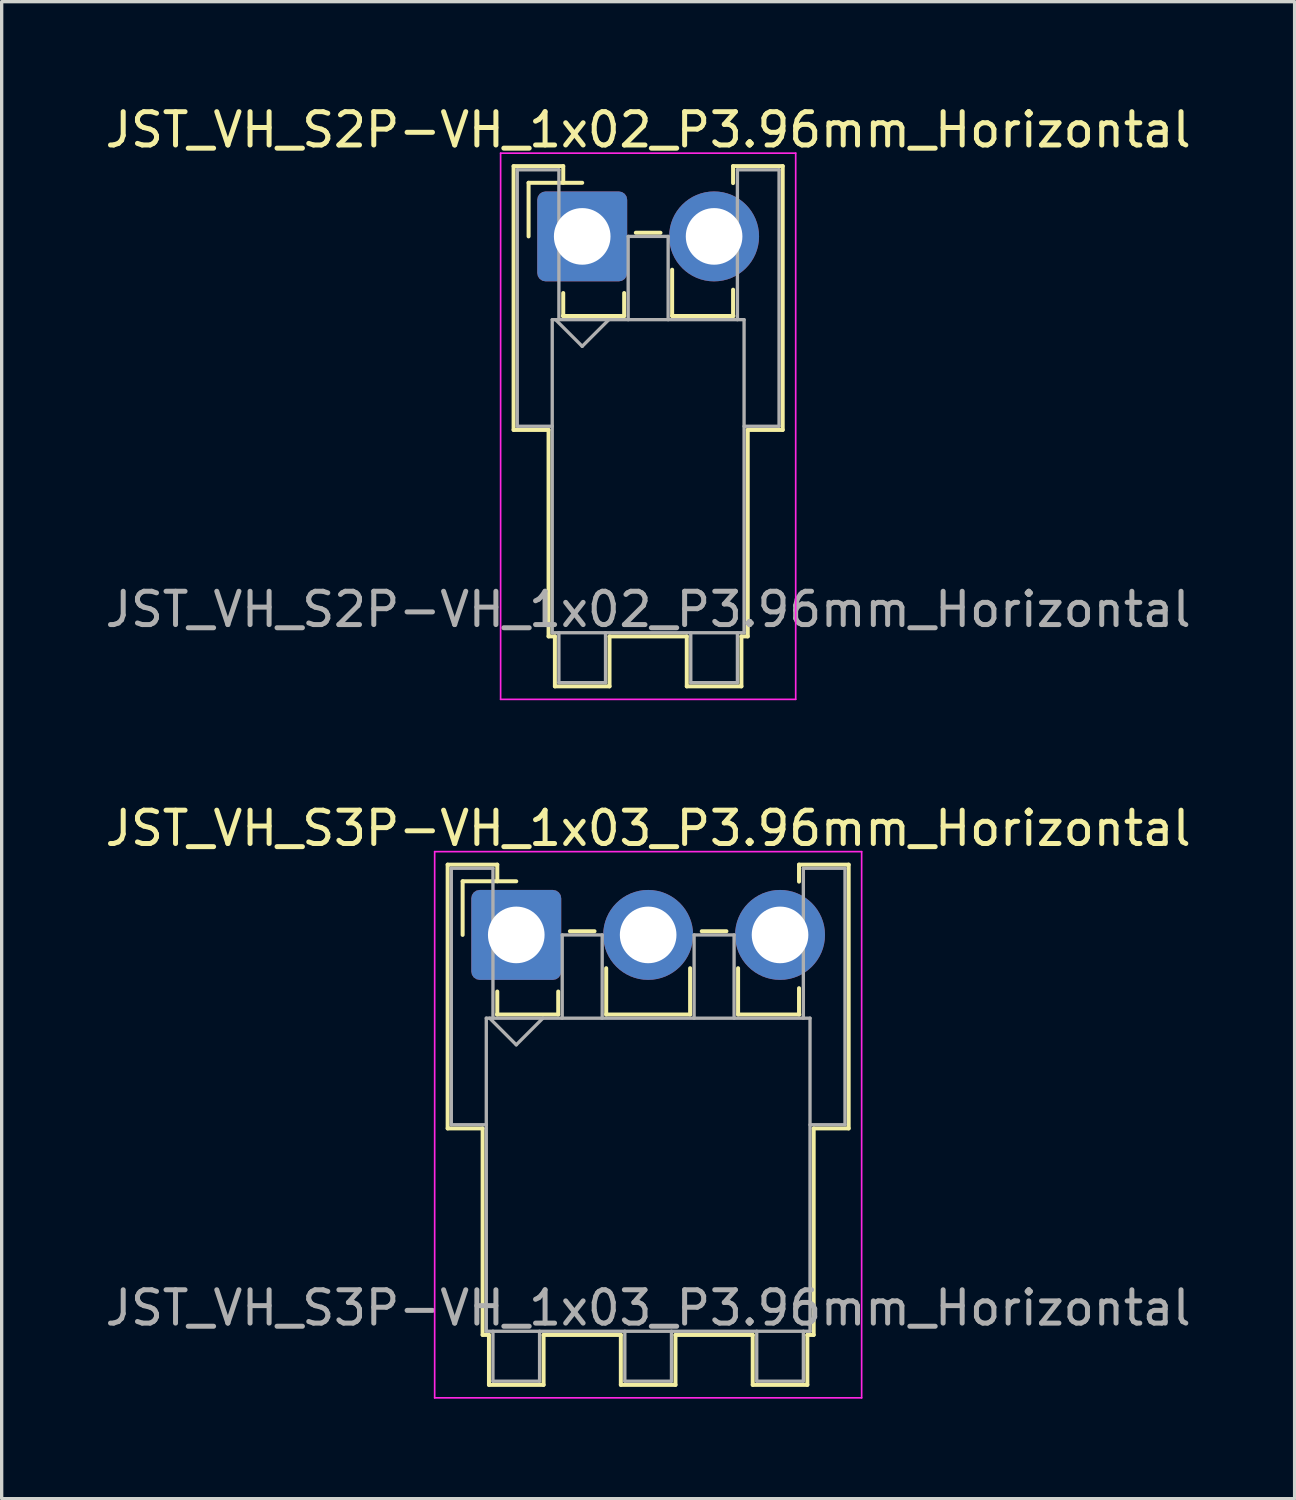
<source format=kicad_pcb>
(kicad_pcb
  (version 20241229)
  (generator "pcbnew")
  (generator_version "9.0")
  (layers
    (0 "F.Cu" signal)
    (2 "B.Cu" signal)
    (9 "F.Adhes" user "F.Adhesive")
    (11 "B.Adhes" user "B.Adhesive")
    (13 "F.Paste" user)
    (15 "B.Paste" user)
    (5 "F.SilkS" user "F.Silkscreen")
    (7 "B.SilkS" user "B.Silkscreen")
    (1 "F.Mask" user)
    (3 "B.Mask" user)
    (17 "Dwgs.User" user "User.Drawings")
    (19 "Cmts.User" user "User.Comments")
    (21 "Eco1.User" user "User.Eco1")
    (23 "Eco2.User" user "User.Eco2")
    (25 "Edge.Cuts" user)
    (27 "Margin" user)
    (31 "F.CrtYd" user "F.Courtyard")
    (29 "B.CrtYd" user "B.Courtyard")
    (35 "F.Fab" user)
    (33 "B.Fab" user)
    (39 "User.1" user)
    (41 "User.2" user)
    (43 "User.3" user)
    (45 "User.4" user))
  (footprint "JST_VH_S3P-VH_1x03_P3.96mm_Horizontal"
    (layer "F.Cu")
    (at 12.451 25.021)
    (property "Reference" "JST_VH_S3P-VH_1x03_P3.96mm_Horizontal" (at 3.96 -3.2 0) (layer "F.SilkS") (effects (font (size 1 1) (thickness 0.15))))
    (attr through_hole)
    (fp_line (start -2.06 -2.11) (end -0.57 -2.11) (stroke (width 0.12) (type solid)) (layer "F.SilkS"))
    (fp_line (start -2.06 5.81) (end -2.06 -2.11) (stroke (width 0.12) (type solid)) (layer "F.SilkS"))
    (fp_line (start -1.61 -1.61) (end -1.61 0) (stroke (width 0.12) (type solid)) (layer "F.SilkS"))
    (fp_line (start -1.01 5.81) (end -2.06 5.81) (stroke (width 0.12) (type solid)) (layer "F.SilkS"))
    (fp_line (start -1.01 5.81) (end -1.01 12.01) (stroke (width 0.12) (type solid)) (layer "F.SilkS"))
    (fp_line (start -1.01 12.01) (end -0.82 12.01) (stroke (width 0.12) (type solid)) (layer "F.SilkS"))
    (fp_line (start -0.82 12.01) (end -0.82 13.51) (stroke (width 0.12) (type solid)) (layer "F.SilkS"))
    (fp_line (start -0.82 13.51) (end 0.82 13.51) (stroke (width 0.12) (type solid)) (layer "F.SilkS"))
    (fp_line (start -0.58 2.39) (end 1.26 2.39) (stroke (width 0.12) (type solid)) (layer "F.SilkS"))
    (fp_line (start -0.57 -2.11) (end -0.57 -1.61) (stroke (width 0.12) (type solid)) (layer "F.SilkS"))
    (fp_line (start -0.57 1.7) (end -0.57 2.39) (stroke (width 0.12) (type solid)) (layer "F.SilkS"))
    (fp_line (start 0 -1.61) (end -1.61 -1.61) (stroke (width 0.12) (type solid)) (layer "F.SilkS"))
    (fp_line (start 0.82 12.01) (end 3.14 12.01) (stroke (width 0.12) (type solid)) (layer "F.SilkS"))
    (fp_line (start 0.82 13.51) (end 0.82 12.01) (stroke (width 0.12) (type solid)) (layer "F.SilkS"))
    (fp_line (start 1.26 2.39) (end 1.26 1.7) (stroke (width 0.12) (type solid)) (layer "F.SilkS"))
    (fp_line (start 1.61 -0.11) (end 2.35 -0.11) (stroke (width 0.12) (type solid)) (layer "F.SilkS"))
    (fp_line (start 2.7 1) (end 2.7 2.39) (stroke (width 0.12) (type solid)) (layer "F.SilkS"))
    (fp_line (start 2.7 2.39) (end 5.22 2.39) (stroke (width 0.12) (type solid)) (layer "F.SilkS"))
    (fp_line (start 3.14 12.01) (end 3.14 13.51) (stroke (width 0.12) (type solid)) (layer "F.SilkS"))
    (fp_line (start 3.14 13.51) (end 4.78 13.51) (stroke (width 0.12) (type solid)) (layer "F.SilkS"))
    (fp_line (start 4.78 12.01) (end 7.1 12.01) (stroke (width 0.12) (type solid)) (layer "F.SilkS"))
    (fp_line (start 4.78 13.51) (end 4.78 12.01) (stroke (width 0.12) (type solid)) (layer "F.SilkS"))
    (fp_line (start 5.22 2.39) (end 5.22 1) (stroke (width 0.12) (type solid)) (layer "F.SilkS"))
    (fp_line (start 5.57 -0.11) (end 6.31 -0.11) (stroke (width 0.12) (type solid)) (layer "F.SilkS"))
    (fp_line (start 6.66 1) (end 6.66 2.39) (stroke (width 0.12) (type solid)) (layer "F.SilkS"))
    (fp_line (start 6.66 2.39) (end 8.5 2.39) (stroke (width 0.12) (type solid)) (layer "F.SilkS"))
    (fp_line (start 7.1 12.01) (end 7.1 13.51) (stroke (width 0.12) (type solid)) (layer "F.SilkS"))
    (fp_line (start 7.1 13.51) (end 8.74 13.51) (stroke (width 0.12) (type solid)) (layer "F.SilkS"))
    (fp_line (start 8.49 -2.11) (end 9.98 -2.11) (stroke (width 0.12) (type solid)) (layer "F.SilkS"))
    (fp_line (start 8.49 -1.6) (end 8.49 -2.11) (stroke (width 0.12) (type solid)) (layer "F.SilkS"))
    (fp_line (start 8.49 2.39) (end 8.49 1.6) (stroke (width 0.12) (type solid)) (layer "F.SilkS"))
    (fp_line (start 8.74 12.01) (end 8.93 12.01) (stroke (width 0.12) (type solid)) (layer "F.SilkS"))
    (fp_line (start 8.74 13.51) (end 8.74 12.01) (stroke (width 0.12) (type solid)) (layer "F.SilkS"))
    (fp_line (start 8.93 12.01) (end 8.93 5.81) (stroke (width 0.12) (type solid)) (layer "F.SilkS"))
    (fp_line (start 9.98 -2.11) (end 9.98 5.81) (stroke (width 0.12) (type solid)) (layer "F.SilkS"))
    (fp_line (start 9.98 5.81) (end 8.93 5.81) (stroke (width 0.12) (type solid)) (layer "F.SilkS"))
    (fp_line (start -2.45 -2.5) (end -2.45 13.9) (stroke (width 0.05) (type solid)) (layer "F.CrtYd"))
    (fp_line (start -2.45 13.9) (end 10.37 13.9) (stroke (width 0.05) (type solid)) (layer "F.CrtYd"))
    (fp_line (start 10.37 -2.5) (end -2.45 -2.5) (stroke (width 0.05) (type solid)) (layer "F.CrtYd"))
    (fp_line (start 10.37 13.9) (end 10.37 -2.5) (stroke (width 0.05) (type solid)) (layer "F.CrtYd"))
    (fp_line (start -1.95 -2) (end -0.7 -2) (stroke (width 0.1) (type solid)) (layer "F.Fab"))
    (fp_line (start -1.95 5.7) (end -1.95 -2) (stroke (width 0.1) (type solid)) (layer "F.Fab"))
    (fp_line (start -0.9 2.5) (end -0.9 11.9) (stroke (width 0.1) (type solid)) (layer "F.Fab"))
    (fp_line (start -0.9 5.7) (end -1.95 5.7) (stroke (width 0.1) (type solid)) (layer "F.Fab"))
    (fp_line (start -0.9 11.9) (end 8.82 11.9) (stroke (width 0.1) (type solid)) (layer "F.Fab"))
    (fp_line (start -0.8 2.5) (end 0 3.3) (stroke (width 0.1) (type solid)) (layer "F.Fab"))
    (fp_line (start -0.7 -2) (end -0.7 2.5) (stroke (width 0.1) (type solid)) (layer "F.Fab"))
    (fp_line (start -0.7 11.9) (end -0.7 13.4) (stroke (width 0.1) (type solid)) (layer "F.Fab"))
    (fp_line (start -0.7 13.4) (end 0.7 13.4) (stroke (width 0.1) (type solid)) (layer "F.Fab"))
    (fp_line (start 0 3.3) (end 0.8 2.5) (stroke (width 0.1) (type solid)) (layer "F.Fab"))
    (fp_line (start 0.7 13.4) (end 0.7 11.9) (stroke (width 0.1) (type solid)) (layer "F.Fab"))
    (fp_line (start 1.38 0) (end 2.58 0) (stroke (width 0.1) (type solid)) (layer "F.Fab"))
    (fp_line (start 1.38 2.5) (end 1.38 0) (stroke (width 0.1) (type solid)) (layer "F.Fab"))
    (fp_line (start 2.58 0) (end 2.58 2.5) (stroke (width 0.1) (type solid)) (layer "F.Fab"))
    (fp_line (start 3.26 11.9) (end 3.26 13.4) (stroke (width 0.1) (type solid)) (layer "F.Fab"))
    (fp_line (start 3.26 13.4) (end 4.66 13.4) (stroke (width 0.1) (type solid)) (layer "F.Fab"))
    (fp_line (start 4.66 13.4) (end 4.66 11.9) (stroke (width 0.1) (type solid)) (layer "F.Fab"))
    (fp_line (start 5.34 0) (end 6.54 0) (stroke (width 0.1) (type solid)) (layer "F.Fab"))
    (fp_line (start 5.34 2.5) (end 5.34 0) (stroke (width 0.1) (type solid)) (layer "F.Fab"))
    (fp_line (start 6.54 0) (end 6.54 2.5) (stroke (width 0.1) (type solid)) (layer "F.Fab"))
    (fp_line (start 7.22 11.9) (end 7.22 13.4) (stroke (width 0.1) (type solid)) (layer "F.Fab"))
    (fp_line (start 7.22 13.4) (end 8.62 13.4) (stroke (width 0.1) (type solid)) (layer "F.Fab"))
    (fp_line (start 8.62 -2) (end 9.87 -2) (stroke (width 0.1) (type solid)) (layer "F.Fab"))
    (fp_line (start 8.62 2.5) (end 8.62 -2) (stroke (width 0.1) (type solid)) (layer "F.Fab"))
    (fp_line (start 8.62 13.4) (end 8.62 11.9) (stroke (width 0.1) (type solid)) (layer "F.Fab"))
    (fp_line (start 8.82 2.5) (end -0.9 2.5) (stroke (width 0.1) (type solid)) (layer "F.Fab"))
    (fp_line (start 8.82 11.9) (end 8.82 2.5) (stroke (width 0.1) (type solid)) (layer "F.Fab"))
    (fp_line (start 9.87 -2) (end 9.87 5.7) (stroke (width 0.1) (type solid)) (layer "F.Fab"))
    (fp_line (start 9.87 5.7) (end 8.82 5.7) (stroke (width 0.1) (type solid)) (layer "F.Fab"))
    (fp_text user "${REFERENCE}" (at 3.96 11.2 0) (layer "F.Fab") (effects (font (size 1 1) (thickness 0.15))))
    (pad "1" thru_hole roundrect (at 0 0) (size 2.7 2.7) (drill 1.7) (layers "*.Cu" "*.Mask") (roundrect_rratio 0.093))
    (pad "2" thru_hole circle (at 3.96 0) (size 2.7 2.7) (drill 1.7) (layers "*.Cu" "*.Mask"))
    (pad "3" thru_hole circle (at 7.92 0) (size 2.7 2.7) (drill 1.7) (layers "*.Cu" "*.Mask")))
  (footprint "JST_VH_S2P-VH_1x02_P3.96mm_Horizontal"
    (layer "F.Cu")
    (at 14.431 4.048)
    (property "Reference" "JST_VH_S2P-VH_1x02_P3.96mm_Horizontal" (at 1.98 -3.2 0) (layer "F.SilkS") (effects (font (size 1 1) (thickness 0.15))))
    (attr through_hole)
    (fp_line (start -2.06 -2.11) (end -0.57 -2.11) (stroke (width 0.12) (type solid)) (layer "F.SilkS"))
    (fp_line (start -2.06 5.81) (end -2.06 -2.11) (stroke (width 0.12) (type solid)) (layer "F.SilkS"))
    (fp_line (start -1.61 -1.61) (end -1.61 0) (stroke (width 0.12) (type solid)) (layer "F.SilkS"))
    (fp_line (start -1.01 5.81) (end -2.06 5.81) (stroke (width 0.12) (type solid)) (layer "F.SilkS"))
    (fp_line (start -1.01 5.81) (end -1.01 12.01) (stroke (width 0.12) (type solid)) (layer "F.SilkS"))
    (fp_line (start -1.01 12.01) (end -0.82 12.01) (stroke (width 0.12) (type solid)) (layer "F.SilkS"))
    (fp_line (start -0.82 12.01) (end -0.82 13.51) (stroke (width 0.12) (type solid)) (layer "F.SilkS"))
    (fp_line (start -0.82 13.51) (end 0.82 13.51) (stroke (width 0.12) (type solid)) (layer "F.SilkS"))
    (fp_line (start -0.58 2.39) (end 1.26 2.39) (stroke (width 0.12) (type solid)) (layer "F.SilkS"))
    (fp_line (start -0.57 -2.11) (end -0.57 -1.61) (stroke (width 0.12) (type solid)) (layer "F.SilkS"))
    (fp_line (start -0.57 1.7) (end -0.57 2.39) (stroke (width 0.12) (type solid)) (layer "F.SilkS"))
    (fp_line (start 0 -1.61) (end -1.61 -1.61) (stroke (width 0.12) (type solid)) (layer "F.SilkS"))
    (fp_line (start 0.82 12.01) (end 3.14 12.01) (stroke (width 0.12) (type solid)) (layer "F.SilkS"))
    (fp_line (start 0.82 13.51) (end 0.82 12.01) (stroke (width 0.12) (type solid)) (layer "F.SilkS"))
    (fp_line (start 1.26 2.39) (end 1.26 1.7) (stroke (width 0.12) (type solid)) (layer "F.SilkS"))
    (fp_line (start 1.61 -0.11) (end 2.35 -0.11) (stroke (width 0.12) (type solid)) (layer "F.SilkS"))
    (fp_line (start 2.7 1) (end 2.7 2.39) (stroke (width 0.12) (type solid)) (layer "F.SilkS"))
    (fp_line (start 2.7 2.39) (end 4.54 2.39) (stroke (width 0.12) (type solid)) (layer "F.SilkS"))
    (fp_line (start 3.14 12.01) (end 3.14 13.51) (stroke (width 0.12) (type solid)) (layer "F.SilkS"))
    (fp_line (start 3.14 13.51) (end 4.78 13.51) (stroke (width 0.12) (type solid)) (layer "F.SilkS"))
    (fp_line (start 4.53 -2.11) (end 6.02 -2.11) (stroke (width 0.12) (type solid)) (layer "F.SilkS"))
    (fp_line (start 4.53 -1.6) (end 4.53 -2.11) (stroke (width 0.12) (type solid)) (layer "F.SilkS"))
    (fp_line (start 4.53 2.39) (end 4.53 1.6) (stroke (width 0.12) (type solid)) (layer "F.SilkS"))
    (fp_line (start 4.78 12.01) (end 4.97 12.01) (stroke (width 0.12) (type solid)) (layer "F.SilkS"))
    (fp_line (start 4.78 13.51) (end 4.78 12.01) (stroke (width 0.12) (type solid)) (layer "F.SilkS"))
    (fp_line (start 4.97 12.01) (end 4.97 5.81) (stroke (width 0.12) (type solid)) (layer "F.SilkS"))
    (fp_line (start 6.02 -2.11) (end 6.02 5.81) (stroke (width 0.12) (type solid)) (layer "F.SilkS"))
    (fp_line (start 6.02 5.81) (end 4.97 5.81) (stroke (width 0.12) (type solid)) (layer "F.SilkS"))
    (fp_line (start -2.45 -2.5) (end -2.45 13.9) (stroke (width 0.05) (type solid)) (layer "F.CrtYd"))
    (fp_line (start -2.45 13.9) (end 6.41 13.9) (stroke (width 0.05) (type solid)) (layer "F.CrtYd"))
    (fp_line (start 6.41 -2.5) (end -2.45 -2.5) (stroke (width 0.05) (type solid)) (layer "F.CrtYd"))
    (fp_line (start 6.41 13.9) (end 6.41 -2.5) (stroke (width 0.05) (type solid)) (layer "F.CrtYd"))
    (fp_line (start -1.95 -2) (end -0.7 -2) (stroke (width 0.1) (type solid)) (layer "F.Fab"))
    (fp_line (start -1.95 5.7) (end -1.95 -2) (stroke (width 0.1) (type solid)) (layer "F.Fab"))
    (fp_line (start -0.9 2.5) (end -0.9 11.9) (stroke (width 0.1) (type solid)) (layer "F.Fab"))
    (fp_line (start -0.9 5.7) (end -1.95 5.7) (stroke (width 0.1) (type solid)) (layer "F.Fab"))
    (fp_line (start -0.9 11.9) (end 4.86 11.9) (stroke (width 0.1) (type solid)) (layer "F.Fab"))
    (fp_line (start -0.8 2.5) (end 0 3.3) (stroke (width 0.1) (type solid)) (layer "F.Fab"))
    (fp_line (start -0.7 -2) (end -0.7 2.5) (stroke (width 0.1) (type solid)) (layer "F.Fab"))
    (fp_line (start -0.7 11.9) (end -0.7 13.4) (stroke (width 0.1) (type solid)) (layer "F.Fab"))
    (fp_line (start -0.7 13.4) (end 0.7 13.4) (stroke (width 0.1) (type solid)) (layer "F.Fab"))
    (fp_line (start 0 3.3) (end 0.8 2.5) (stroke (width 0.1) (type solid)) (layer "F.Fab"))
    (fp_line (start 0.7 13.4) (end 0.7 11.9) (stroke (width 0.1) (type solid)) (layer "F.Fab"))
    (fp_line (start 1.38 0) (end 2.58 0) (stroke (width 0.1) (type solid)) (layer "F.Fab"))
    (fp_line (start 1.38 2.5) (end 1.38 0) (stroke (width 0.1) (type solid)) (layer "F.Fab"))
    (fp_line (start 2.58 0) (end 2.58 2.5) (stroke (width 0.1) (type solid)) (layer "F.Fab"))
    (fp_line (start 3.26 11.9) (end 3.26 13.4) (stroke (width 0.1) (type solid)) (layer "F.Fab"))
    (fp_line (start 3.26 13.4) (end 4.66 13.4) (stroke (width 0.1) (type solid)) (layer "F.Fab"))
    (fp_line (start 4.66 -2) (end 5.91 -2) (stroke (width 0.1) (type solid)) (layer "F.Fab"))
    (fp_line (start 4.66 2.5) (end 4.66 -2) (stroke (width 0.1) (type solid)) (layer "F.Fab"))
    (fp_line (start 4.66 13.4) (end 4.66 11.9) (stroke (width 0.1) (type solid)) (layer "F.Fab"))
    (fp_line (start 4.86 2.5) (end -0.9 2.5) (stroke (width 0.1) (type solid)) (layer "F.Fab"))
    (fp_line (start 4.86 11.9) (end 4.86 2.5) (stroke (width 0.1) (type solid)) (layer "F.Fab"))
    (fp_line (start 5.91 -2) (end 5.91 5.7) (stroke (width 0.1) (type solid)) (layer "F.Fab"))
    (fp_line (start 5.91 5.7) (end 4.86 5.7) (stroke (width 0.1) (type solid)) (layer "F.Fab"))
    (fp_text user "${REFERENCE}" (at 1.98 11.2 0) (layer "F.Fab") (effects (font (size 1 1) (thickness 0.15))))
    (pad "1" thru_hole roundrect (at 0 0) (size 2.7 2.7) (drill 1.7) (layers "*.Cu" "*.Mask") (roundrect_rratio 0.093))
    (pad "2" thru_hole circle (at 3.96 0) (size 2.7 2.7) (drill 1.7) (layers "*.Cu" "*.Mask")))
  (gr_rect
    (start -3 -3)
    (end 35.821 41.947)
    (stroke (width 0.1) (type default))
    (fill no)
    (layer "Edge.Cuts")))
</source>
